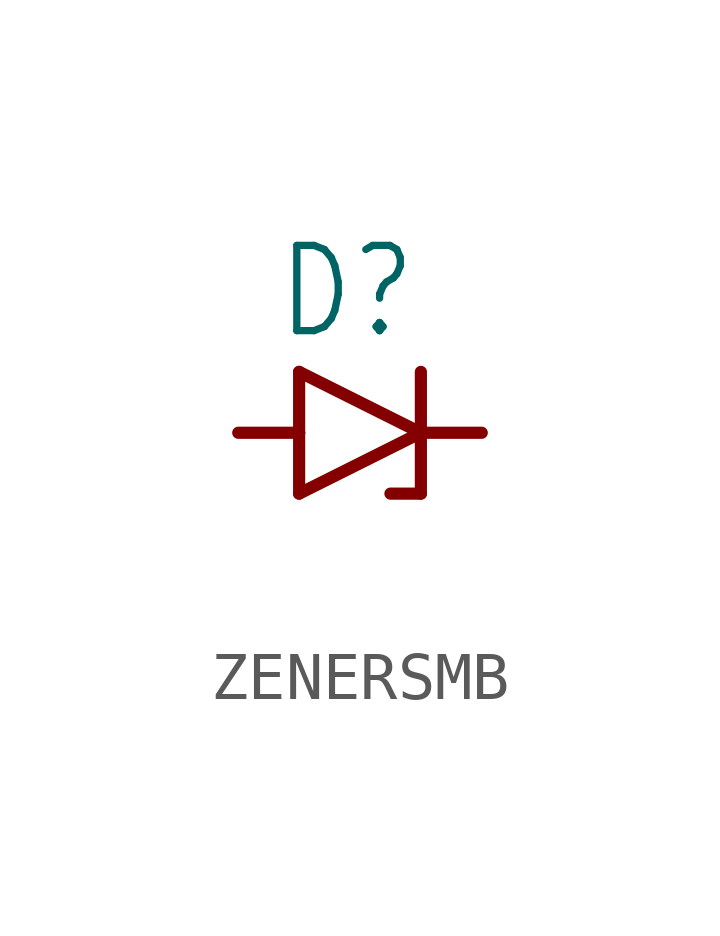
<source format=kicad_sym>
(kicad_symbol_lib
  (version 20231120)
  (generator "kicad_symbol_editor")
  (generator_version "8.0")
  (symbol "ZENERSMB"
    (property "Reference" "D"
      (at -1.778 1.905 0)
      (effects (font (size 1.778 1.511)) (justify left bottom)))
    (property "Value" ""
      (at -1.778 -3.429 0)
      (effects (font (size 1.778 1.511)) (justify left bottom)))
    (property "ki_locked" ""
      (at 0 0 0)
      (effects (font (size 1.27 1.27))))
    (symbol "ZENERSMB_1_0"
      (polyline (pts (xy -1.27 -1.27) (xy 1.27 0)) (stroke (width 0.254) (type solid)) (fill (type none)))
      (polyline (pts (xy -1.27 0) (xy -2.54 0)) (stroke (width 0.254) (type solid)) (fill (type none)))
      (polyline (pts (xy -1.27 0) (xy -1.27 -1.27)) (stroke (width 0.254) (type solid)) (fill (type none)))
      (polyline (pts (xy -1.27 1.27) (xy -1.27 0)) (stroke (width 0.254) (type solid)) (fill (type none)))
      (polyline (pts (xy 1.27 -1.27) (xy 0.635 -1.27)) (stroke (width 0.254) (type solid)) (fill (type none)))
      (polyline (pts (xy 1.27 0) (xy -1.27 1.27)) (stroke (width 0.254) (type solid)) (fill (type none)))
      (polyline (pts (xy 1.27 0) (xy 1.27 -1.27)) (stroke (width 0.254) (type solid)) (fill (type none)))
      (polyline (pts (xy 1.27 0) (xy 2.54 0)) (stroke (width 0.254) (type solid)) (fill (type none)))
      (polyline (pts (xy 1.27 1.27) (xy 1.27 0)) (stroke (width 0.254) (type solid)) (fill (type none)))
      (pin passive line (at -2.54 0 0) (length 0) (name "A" (effects (font (size 0 0)))) (number "A" (effects (font (size 0 0)))))
      (pin passive line (at 2.54 0 180) (length 0) (name "C" (effects (font (size 0 0)))) (number "C" (effects (font (size 0 0))))))))
</source>
